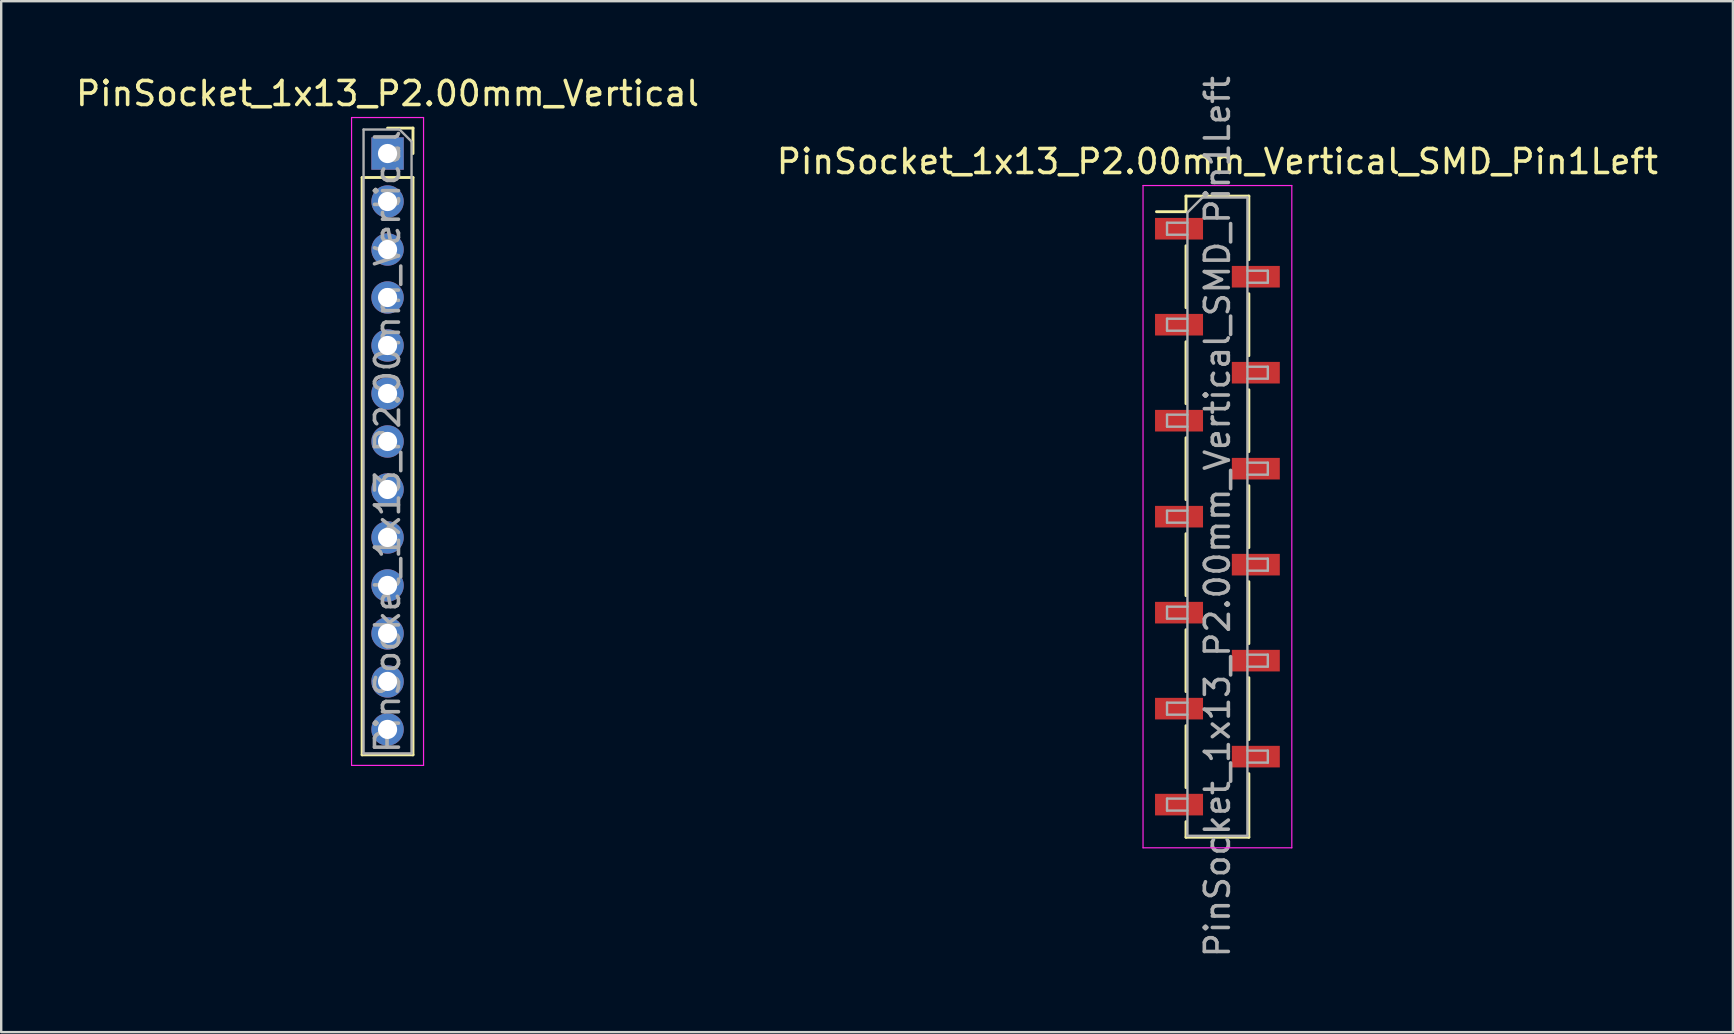
<source format=kicad_pcb>
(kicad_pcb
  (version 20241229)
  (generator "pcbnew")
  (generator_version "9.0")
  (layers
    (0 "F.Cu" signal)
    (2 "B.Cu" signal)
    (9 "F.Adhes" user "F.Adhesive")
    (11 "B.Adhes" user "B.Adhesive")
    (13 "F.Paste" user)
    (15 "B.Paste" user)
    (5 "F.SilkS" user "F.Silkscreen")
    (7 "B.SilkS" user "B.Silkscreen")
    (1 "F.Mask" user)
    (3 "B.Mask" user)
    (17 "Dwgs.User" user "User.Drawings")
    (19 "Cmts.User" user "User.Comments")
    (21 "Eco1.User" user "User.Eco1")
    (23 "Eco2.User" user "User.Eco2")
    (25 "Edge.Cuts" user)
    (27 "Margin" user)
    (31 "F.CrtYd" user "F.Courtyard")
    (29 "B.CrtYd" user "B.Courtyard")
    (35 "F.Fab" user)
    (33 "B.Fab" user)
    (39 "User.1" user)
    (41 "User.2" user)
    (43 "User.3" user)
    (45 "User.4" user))
  (footprint "PinSocket_1x13_P2.00mm_Vertical_SMD_Pin1Left"
    (layer "F.Cu")
    (at 47.685 18.482)
    (property "Reference" "PinSocket_1x13_P2.00mm_Vertical_SMD_Pin1Left" (at 0 -14.8 0) (layer "F.SilkS") (effects (font (size 1 1) (thickness 0.15))))
    (attr smd)
    (fp_line (start -2.54 -12.71) (end -1.31 -12.71) (stroke (width 0.12) (type solid)) (layer "F.SilkS"))
    (fp_line (start -1.31 -13.36) (end -1.31 -12.71) (stroke (width 0.12) (type solid)) (layer "F.SilkS"))
    (fp_line (start -1.31 -13.36) (end 1.31 -13.36) (stroke (width 0.12) (type solid)) (layer "F.SilkS"))
    (fp_line (start -1.31 -11.29) (end -1.31 -8.71) (stroke (width 0.12) (type solid)) (layer "F.SilkS"))
    (fp_line (start -1.31 -7.29) (end -1.31 -4.71) (stroke (width 0.12) (type solid)) (layer "F.SilkS"))
    (fp_line (start -1.31 -3.29) (end -1.31 -0.71) (stroke (width 0.12) (type solid)) (layer "F.SilkS"))
    (fp_line (start -1.31 0.71) (end -1.31 3.29) (stroke (width 0.12) (type solid)) (layer "F.SilkS"))
    (fp_line (start -1.31 4.71) (end -1.31 7.29) (stroke (width 0.12) (type solid)) (layer "F.SilkS"))
    (fp_line (start -1.31 8.71) (end -1.31 11.29) (stroke (width 0.12) (type solid)) (layer "F.SilkS"))
    (fp_line (start -1.31 12.71) (end -1.31 13.36) (stroke (width 0.12) (type solid)) (layer "F.SilkS"))
    (fp_line (start -1.31 13.36) (end 1.31 13.36) (stroke (width 0.12) (type solid)) (layer "F.SilkS"))
    (fp_line (start 1.31 -13.36) (end 1.31 -10.71) (stroke (width 0.12) (type solid)) (layer "F.SilkS"))
    (fp_line (start 1.31 -9.29) (end 1.31 -6.71) (stroke (width 0.12) (type solid)) (layer "F.SilkS"))
    (fp_line (start 1.31 -5.29) (end 1.31 -2.71) (stroke (width 0.12) (type solid)) (layer "F.SilkS"))
    (fp_line (start 1.31 -1.29) (end 1.31 1.29) (stroke (width 0.12) (type solid)) (layer "F.SilkS"))
    (fp_line (start 1.31 2.71) (end 1.31 5.29) (stroke (width 0.12) (type solid)) (layer "F.SilkS"))
    (fp_line (start 1.31 6.71) (end 1.31 9.29) (stroke (width 0.12) (type solid)) (layer "F.SilkS"))
    (fp_line (start 1.31 10.71) (end 1.31 13.36) (stroke (width 0.12) (type solid)) (layer "F.SilkS"))
    (fp_line (start -3.1 -13.8) (end 3.1 -13.8) (stroke (width 0.05) (type solid)) (layer "F.CrtYd"))
    (fp_line (start -3.1 13.8) (end -3.1 -13.8) (stroke (width 0.05) (type solid)) (layer "F.CrtYd"))
    (fp_line (start 3.1 -13.8) (end 3.1 13.8) (stroke (width 0.05) (type solid)) (layer "F.CrtYd"))
    (fp_line (start 3.1 13.8) (end -3.1 13.8) (stroke (width 0.05) (type solid)) (layer "F.CrtYd"))
    (fp_line (start -2.1 -12.25) (end -1.25 -12.25) (stroke (width 0.1) (type solid)) (layer "F.Fab"))
    (fp_line (start -2.1 -11.75) (end -2.1 -12.25) (stroke (width 0.1) (type solid)) (layer "F.Fab"))
    (fp_line (start -2.1 -8.25) (end -1.25 -8.25) (stroke (width 0.1) (type solid)) (layer "F.Fab"))
    (fp_line (start -2.1 -7.75) (end -2.1 -8.25) (stroke (width 0.1) (type solid)) (layer "F.Fab"))
    (fp_line (start -2.1 -4.25) (end -1.25 -4.25) (stroke (width 0.1) (type solid)) (layer "F.Fab"))
    (fp_line (start -2.1 -3.75) (end -2.1 -4.25) (stroke (width 0.1) (type solid)) (layer "F.Fab"))
    (fp_line (start -2.1 -0.25) (end -1.25 -0.25) (stroke (width 0.1) (type solid)) (layer "F.Fab"))
    (fp_line (start -2.1 0.25) (end -2.1 -0.25) (stroke (width 0.1) (type solid)) (layer "F.Fab"))
    (fp_line (start -2.1 3.75) (end -1.25 3.75) (stroke (width 0.1) (type solid)) (layer "F.Fab"))
    (fp_line (start -2.1 4.25) (end -2.1 3.75) (stroke (width 0.1) (type solid)) (layer "F.Fab"))
    (fp_line (start -2.1 7.75) (end -1.25 7.75) (stroke (width 0.1) (type solid)) (layer "F.Fab"))
    (fp_line (start -2.1 8.25) (end -2.1 7.75) (stroke (width 0.1) (type solid)) (layer "F.Fab"))
    (fp_line (start -2.1 11.75) (end -1.25 11.75) (stroke (width 0.1) (type solid)) (layer "F.Fab"))
    (fp_line (start -2.1 12.25) (end -2.1 11.75) (stroke (width 0.1) (type solid)) (layer "F.Fab"))
    (fp_line (start -1.25 -12.675) (end -0.625 -13.3) (stroke (width 0.1) (type solid)) (layer "F.Fab"))
    (fp_line (start -1.25 -11.75) (end -2.1 -11.75) (stroke (width 0.1) (type solid)) (layer "F.Fab"))
    (fp_line (start -1.25 -7.75) (end -2.1 -7.75) (stroke (width 0.1) (type solid)) (layer "F.Fab"))
    (fp_line (start -1.25 -3.75) (end -2.1 -3.75) (stroke (width 0.1) (type solid)) (layer "F.Fab"))
    (fp_line (start -1.25 0.25) (end -2.1 0.25) (stroke (width 0.1) (type solid)) (layer "F.Fab"))
    (fp_line (start -1.25 4.25) (end -2.1 4.25) (stroke (width 0.1) (type solid)) (layer "F.Fab"))
    (fp_line (start -1.25 8.25) (end -2.1 8.25) (stroke (width 0.1) (type solid)) (layer "F.Fab"))
    (fp_line (start -1.25 12.25) (end -2.1 12.25) (stroke (width 0.1) (type solid)) (layer "F.Fab"))
    (fp_line (start -1.25 13.3) (end -1.25 -12.675) (stroke (width 0.1) (type solid)) (layer "F.Fab"))
    (fp_line (start -0.625 -13.3) (end 1.25 -13.3) (stroke (width 0.1) (type solid)) (layer "F.Fab"))
    (fp_line (start 1.25 -13.3) (end 1.25 13.3) (stroke (width 0.1) (type solid)) (layer "F.Fab"))
    (fp_line (start 1.25 -10.25) (end 2.1 -10.25) (stroke (width 0.1) (type solid)) (layer "F.Fab"))
    (fp_line (start 1.25 -6.25) (end 2.1 -6.25) (stroke (width 0.1) (type solid)) (layer "F.Fab"))
    (fp_line (start 1.25 -2.25) (end 2.1 -2.25) (stroke (width 0.1) (type solid)) (layer "F.Fab"))
    (fp_line (start 1.25 1.75) (end 2.1 1.75) (stroke (width 0.1) (type solid)) (layer "F.Fab"))
    (fp_line (start 1.25 5.75) (end 2.1 5.75) (stroke (width 0.1) (type solid)) (layer "F.Fab"))
    (fp_line (start 1.25 9.75) (end 2.1 9.75) (stroke (width 0.1) (type solid)) (layer "F.Fab"))
    (fp_line (start 1.25 13.3) (end -1.25 13.3) (stroke (width 0.1) (type solid)) (layer "F.Fab"))
    (fp_line (start 2.1 -10.25) (end 2.1 -9.75) (stroke (width 0.1) (type solid)) (layer "F.Fab"))
    (fp_line (start 2.1 -9.75) (end 1.25 -9.75) (stroke (width 0.1) (type solid)) (layer "F.Fab"))
    (fp_line (start 2.1 -6.25) (end 2.1 -5.75) (stroke (width 0.1) (type solid)) (layer "F.Fab"))
    (fp_line (start 2.1 -5.75) (end 1.25 -5.75) (stroke (width 0.1) (type solid)) (layer "F.Fab"))
    (fp_line (start 2.1 -2.25) (end 2.1 -1.75) (stroke (width 0.1) (type solid)) (layer "F.Fab"))
    (fp_line (start 2.1 -1.75) (end 1.25 -1.75) (stroke (width 0.1) (type solid)) (layer "F.Fab"))
    (fp_line (start 2.1 1.75) (end 2.1 2.25) (stroke (width 0.1) (type solid)) (layer "F.Fab"))
    (fp_line (start 2.1 2.25) (end 1.25 2.25) (stroke (width 0.1) (type solid)) (layer "F.Fab"))
    (fp_line (start 2.1 5.75) (end 2.1 6.25) (stroke (width 0.1) (type solid)) (layer "F.Fab"))
    (fp_line (start 2.1 6.25) (end 1.25 6.25) (stroke (width 0.1) (type solid)) (layer "F.Fab"))
    (fp_line (start 2.1 9.75) (end 2.1 10.25) (stroke (width 0.1) (type solid)) (layer "F.Fab"))
    (fp_line (start 2.1 10.25) (end 1.25 10.25) (stroke (width 0.1) (type solid)) (layer "F.Fab"))
    (fp_text user "${REFERENCE}" (at 0 0 90) (layer "F.Fab") (effects (font (size 1 1) (thickness 0.15))))
    (pad "1" smd rect (at -1.6 -12) (size 2 0.9) (layers "F.Cu" "F.Mask" "F.Paste"))
    (pad "2" smd rect (at 1.6 -10) (size 2 0.9) (layers "F.Cu" "F.Mask" "F.Paste"))
    (pad "3" smd rect (at -1.6 -8) (size 2 0.9) (layers "F.Cu" "F.Mask" "F.Paste"))
    (pad "4" smd rect (at 1.6 -6) (size 2 0.9) (layers "F.Cu" "F.Mask" "F.Paste"))
    (pad "5" smd rect (at -1.6 -4) (size 2 0.9) (layers "F.Cu" "F.Mask" "F.Paste"))
    (pad "6" smd rect (at 1.6 -2) (size 2 0.9) (layers "F.Cu" "F.Mask" "F.Paste"))
    (pad "7" smd rect (at -1.6 0) (size 2 0.9) (layers "F.Cu" "F.Mask" "F.Paste"))
    (pad "8" smd rect (at 1.6 2) (size 2 0.9) (layers "F.Cu" "F.Mask" "F.Paste"))
    (pad "9" smd rect (at -1.6 4) (size 2 0.9) (layers "F.Cu" "F.Mask" "F.Paste"))
    (pad "10" smd rect (at 1.6 6) (size 2 0.9) (layers "F.Cu" "F.Mask" "F.Paste"))
    (pad "11" smd rect (at -1.6 8) (size 2 0.9) (layers "F.Cu" "F.Mask" "F.Paste"))
    (pad "12" smd rect (at 1.6 10) (size 2 0.9) (layers "F.Cu" "F.Mask" "F.Paste"))
    (pad "13" smd rect (at -1.6 12) (size 2 0.9) (layers "F.Cu" "F.Mask" "F.Paste")))
  (footprint "PinSocket_1x13_P2.00mm_Vertical"
    (layer "F.Cu")
    (at 13.101 3.348)
    (property "Reference" "PinSocket_1x13_P2.00mm_Vertical" (at 0 -2.5 0) (layer "F.SilkS") (effects (font (size 1 1) (thickness 0.15))))
    (attr through_hole)
    (fp_line (start -1.06 1) (end -1.06 25.06) (stroke (width 0.12) (type solid)) (layer "F.SilkS"))
    (fp_line (start -1.06 1) (end 1.06 1) (stroke (width 0.12) (type solid)) (layer "F.SilkS"))
    (fp_line (start -1.06 25.06) (end 1.06 25.06) (stroke (width 0.12) (type solid)) (layer "F.SilkS"))
    (fp_line (start 0 -1.06) (end 1.06 -1.06) (stroke (width 0.12) (type solid)) (layer "F.SilkS"))
    (fp_line (start 1.06 -1.06) (end 1.06 0) (stroke (width 0.12) (type solid)) (layer "F.SilkS"))
    (fp_line (start 1.06 1) (end 1.06 25.06) (stroke (width 0.12) (type solid)) (layer "F.SilkS"))
    (fp_line (start -1.5 -1.5) (end 1.5 -1.5) (stroke (width 0.05) (type solid)) (layer "F.CrtYd"))
    (fp_line (start -1.5 25.5) (end -1.5 -1.5) (stroke (width 0.05) (type solid)) (layer "F.CrtYd"))
    (fp_line (start 1.5 -1.5) (end 1.5 25.5) (stroke (width 0.05) (type solid)) (layer "F.CrtYd"))
    (fp_line (start 1.5 25.5) (end -1.5 25.5) (stroke (width 0.05) (type solid)) (layer "F.CrtYd"))
    (fp_line (start -1 -1) (end 0.5 -1) (stroke (width 0.1) (type solid)) (layer "F.Fab"))
    (fp_line (start -1 25) (end -1 -1) (stroke (width 0.1) (type solid)) (layer "F.Fab"))
    (fp_line (start 0.5 -1) (end 1 -0.5) (stroke (width 0.1) (type solid)) (layer "F.Fab"))
    (fp_line (start 1 -0.5) (end 1 25) (stroke (width 0.1) (type solid)) (layer "F.Fab"))
    (fp_line (start 1 25) (end -1 25) (stroke (width 0.1) (type solid)) (layer "F.Fab"))
    (fp_text user "${REFERENCE}" (at 0 12 90) (layer "F.Fab") (effects (font (size 1 1) (thickness 0.15))))
    (pad "1" thru_hole rect (at 0 0) (size 1.35 1.35) (drill 0.8) (layers "*.Cu" "*.Mask"))
    (pad "2" thru_hole oval (at 0 2) (size 1.35 1.35) (drill 0.8) (layers "*.Cu" "*.Mask"))
    (pad "3" thru_hole oval (at 0 4) (size 1.35 1.35) (drill 0.8) (layers "*.Cu" "*.Mask"))
    (pad "4" thru_hole oval (at 0 6) (size 1.35 1.35) (drill 0.8) (layers "*.Cu" "*.Mask"))
    (pad "5" thru_hole oval (at 0 8) (size 1.35 1.35) (drill 0.8) (layers "*.Cu" "*.Mask"))
    (pad "6" thru_hole oval (at 0 10) (size 1.35 1.35) (drill 0.8) (layers "*.Cu" "*.Mask"))
    (pad "7" thru_hole oval (at 0 12) (size 1.35 1.35) (drill 0.8) (layers "*.Cu" "*.Mask"))
    (pad "8" thru_hole oval (at 0 14) (size 1.35 1.35) (drill 0.8) (layers "*.Cu" "*.Mask"))
    (pad "9" thru_hole oval (at 0 16) (size 1.35 1.35) (drill 0.8) (layers "*.Cu" "*.Mask"))
    (pad "10" thru_hole oval (at 0 18) (size 1.35 1.35) (drill 0.8) (layers "*.Cu" "*.Mask"))
    (pad "11" thru_hole oval (at 0 20) (size 1.35 1.35) (drill 0.8) (layers "*.Cu" "*.Mask"))
    (pad "12" thru_hole oval (at 0 22) (size 1.35 1.35) (drill 0.8) (layers "*.Cu" "*.Mask"))
    (pad "13" thru_hole oval (at 0 24) (size 1.35 1.35) (drill 0.8) (layers "*.Cu" "*.Mask")))
  (gr_rect
    (start -3 -3)
    (end 69.167 39.964)
    (stroke (width 0.1) (type default))
    (fill no)
    (layer "Edge.Cuts")))
</source>
